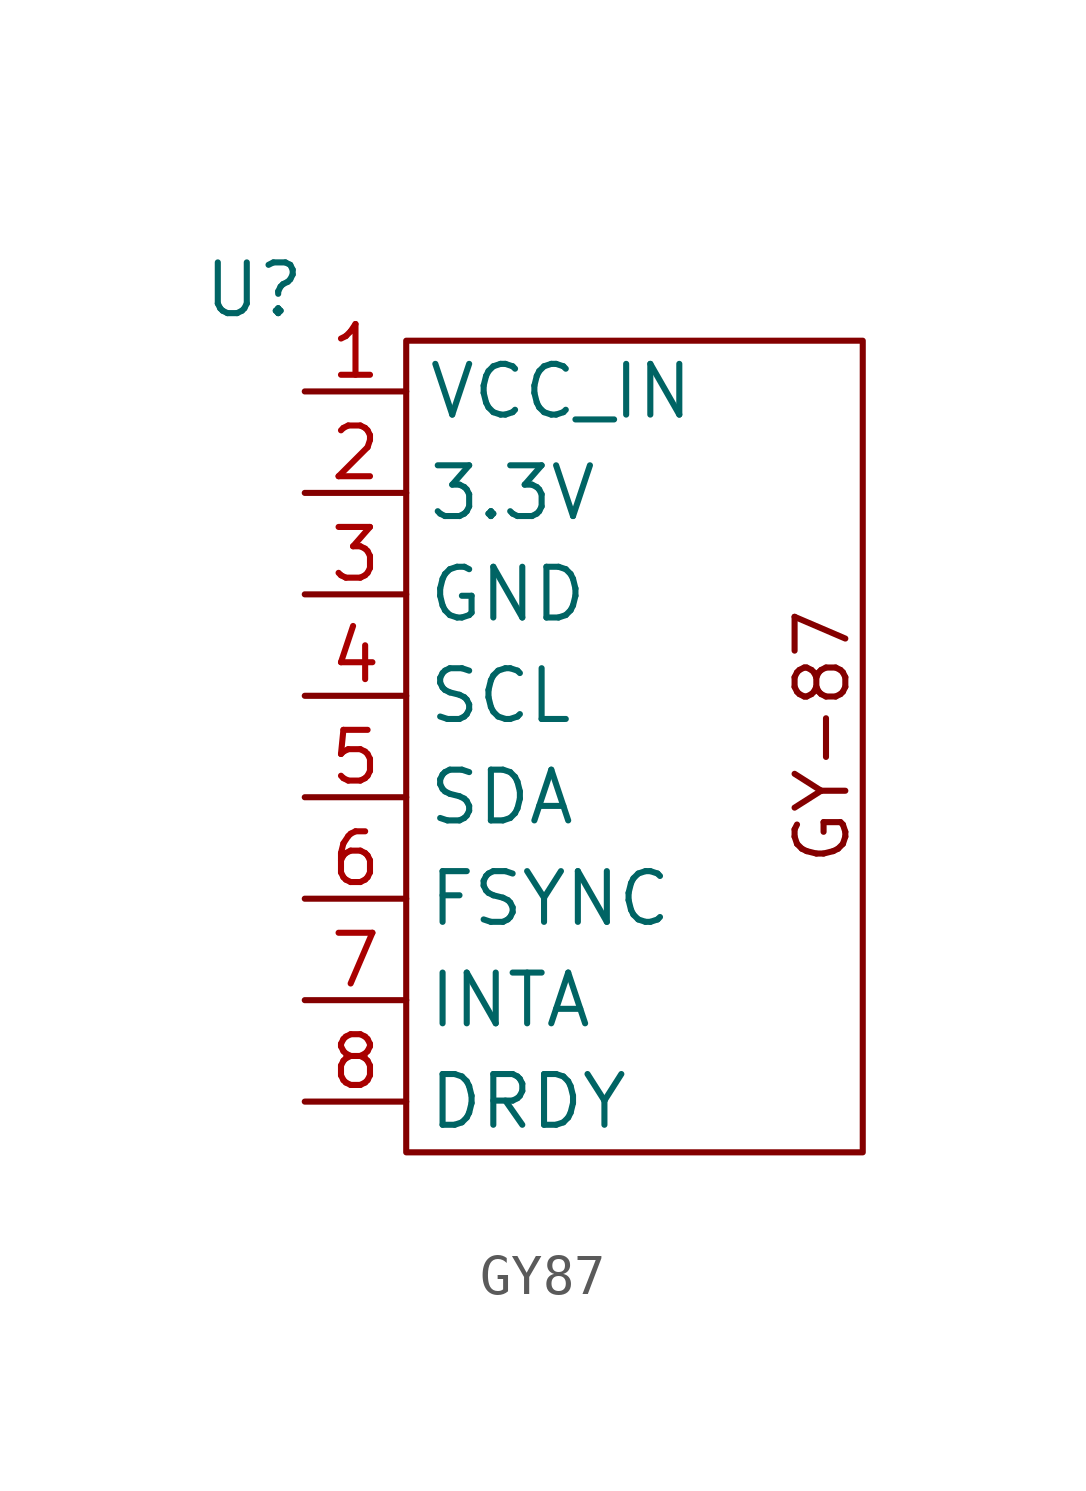
<source format=kicad_sym>
(kicad_symbol_lib
  (version 20241209)
  (generator "kicad_symbol_editor")
  (generator_version "9.0")
  (symbol "GY87"
    (property "Reference" "U"
      (at 0 0 0)
      (effects (font (size 1.27 1.27))))
    (property "Value" ""
      (at 0 0 0)
      (effects (font (size 1.27 1.27))))
    (symbol "GY87_0_1"
      (rectangle (start 3.81 -1.27) (end 15.24 -21.59) (stroke (width 0) (type default)) (fill (type none))))
    (symbol "GY87_1_1"
      (text "GY-87" (at 14.224 -11.176 900) (effects (font (size 1.27 1.27))))
      (pin input line (at 1.27 -2.54 0) (length 2.54) (name "VCC_IN" (effects (font (size 1.27 1.27)))) (number "1" (effects (font (size 1.27 1.27)))))
      (pin input line (at 1.27 -5.08 0) (length 2.54) (name "3.3V" (effects (font (size 1.27 1.27)))) (number "2" (effects (font (size 1.27 1.27)))))
      (pin input line (at 1.27 -7.62 0) (length 2.54) (name "GND" (effects (font (size 1.27 1.27)))) (number "3" (effects (font (size 1.27 1.27)))))
      (pin input line (at 1.27 -10.16 0) (length 2.54) (name "SCL" (effects (font (size 1.27 1.27)))) (number "4" (effects (font (size 1.27 1.27)))))
      (pin input line (at 1.27 -12.7 0) (length 2.54) (name "SDA" (effects (font (size 1.27 1.27)))) (number "5" (effects (font (size 1.27 1.27)))))
      (pin input line (at 1.27 -15.24 0) (length 2.54) (name "FSYNC" (effects (font (size 1.27 1.27)))) (number "6" (effects (font (size 1.27 1.27)))))
      (pin input line (at 1.27 -17.78 0) (length 2.54) (name "INTA" (effects (font (size 1.27 1.27)))) (number "7" (effects (font (size 1.27 1.27)))))
      (pin input line (at 1.27 -20.32 0) (length 2.54) (name "DRDY" (effects (font (size 1.27 1.27)))) (number "8" (effects (font (size 1.27 1.27))))))))
</source>
